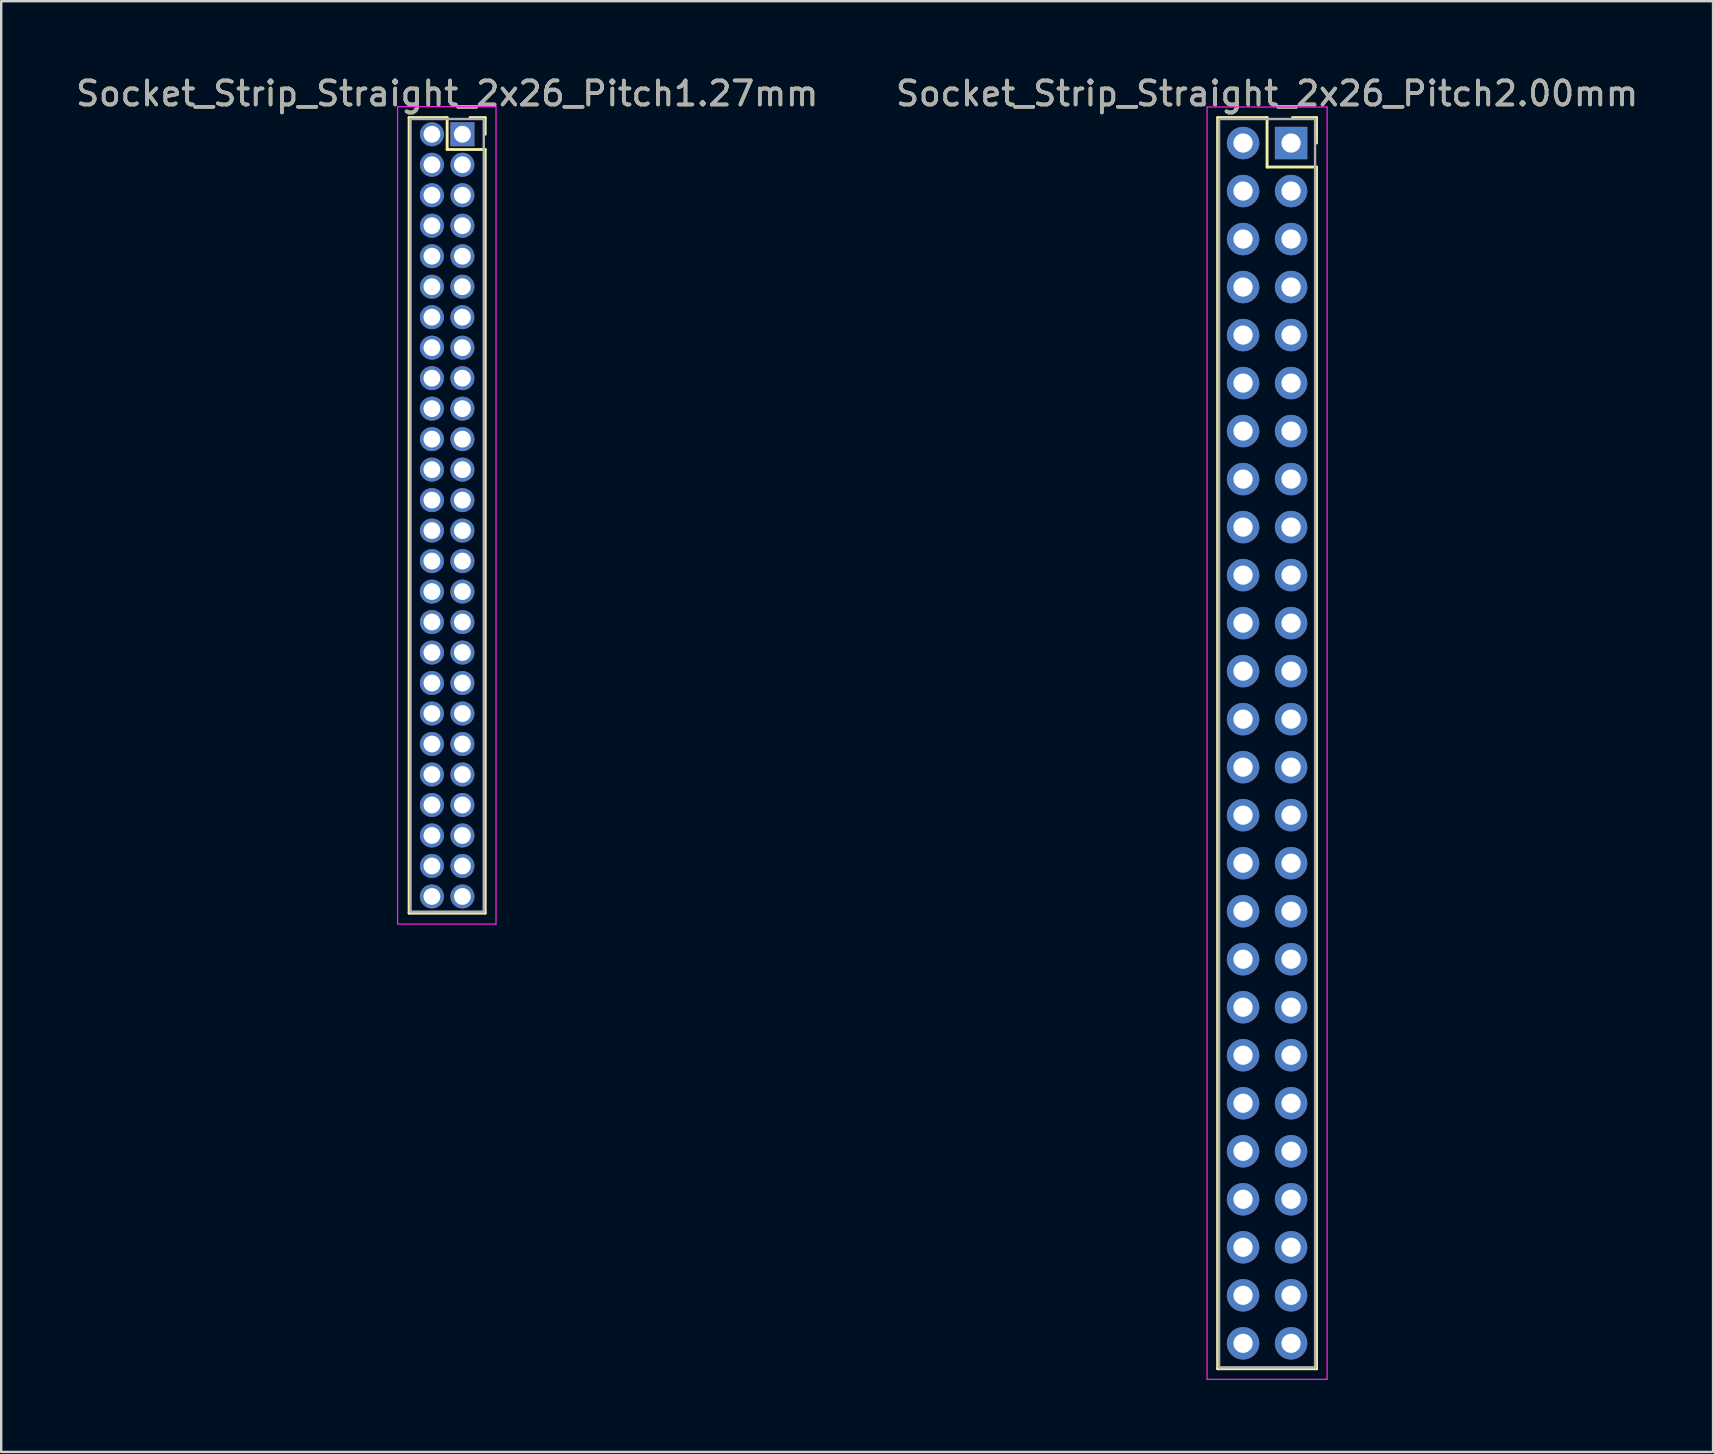
<source format=kicad_pcb>
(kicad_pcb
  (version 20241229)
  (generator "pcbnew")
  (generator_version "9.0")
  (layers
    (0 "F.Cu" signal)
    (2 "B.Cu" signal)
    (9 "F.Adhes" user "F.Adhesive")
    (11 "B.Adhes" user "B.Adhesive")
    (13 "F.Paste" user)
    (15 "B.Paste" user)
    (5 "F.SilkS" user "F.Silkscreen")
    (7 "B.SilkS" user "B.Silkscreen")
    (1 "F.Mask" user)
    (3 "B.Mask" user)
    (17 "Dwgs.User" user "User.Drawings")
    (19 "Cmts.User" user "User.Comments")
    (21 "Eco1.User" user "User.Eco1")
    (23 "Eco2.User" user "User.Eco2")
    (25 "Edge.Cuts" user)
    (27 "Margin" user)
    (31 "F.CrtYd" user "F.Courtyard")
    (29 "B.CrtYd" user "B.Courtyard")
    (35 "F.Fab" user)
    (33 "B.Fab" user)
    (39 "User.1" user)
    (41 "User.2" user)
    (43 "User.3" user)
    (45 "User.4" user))
  (footprint "Socket_Strip_Straight_2x26_Pitch2.00mm"
    (layer "F.Cu")
    (at 50.732 2.908)
    (property "Reference" "Socket_Strip_Straight_2x26_Pitch2.00mm" (at -1 -2.06 0) (layer "F.SilkS") (effects (font (size 1 1) (thickness 0.15))))
    (attr through_hole)
    (fp_line (start -3.06 -1.06) (end -1 -1.06) (stroke (width 0.12) (type solid)) (layer "F.SilkS"))
    (fp_line (start -3.06 51.06) (end -3.06 -1.06) (stroke (width 0.12) (type solid)) (layer "F.SilkS"))
    (fp_line (start -1 -1.06) (end -1 1) (stroke (width 0.12) (type solid)) (layer "F.SilkS"))
    (fp_line (start -1 1) (end 1.06 1) (stroke (width 0.12) (type solid)) (layer "F.SilkS"))
    (fp_line (start 1.06 -1.06) (end 0.06 -1.06) (stroke (width 0.12) (type solid)) (layer "F.SilkS"))
    (fp_line (start 1.06 0) (end 1.06 -1.06) (stroke (width 0.12) (type solid)) (layer "F.SilkS"))
    (fp_line (start 1.06 1) (end 1.06 51.06) (stroke (width 0.12) (type solid)) (layer "F.SilkS"))
    (fp_line (start 1.06 51.06) (end -3.06 51.06) (stroke (width 0.12) (type solid)) (layer "F.SilkS"))
    (fp_line (start -3.5 -1.5) (end -3.5 51.5) (stroke (width 0.05) (type solid)) (layer "F.CrtYd"))
    (fp_line (start -3.5 51.5) (end 1.5 51.5) (stroke (width 0.05) (type solid)) (layer "F.CrtYd"))
    (fp_line (start 1.5 -1.5) (end -3.5 -1.5) (stroke (width 0.05) (type solid)) (layer "F.CrtYd"))
    (fp_line (start 1.5 51.5) (end 1.5 -1.5) (stroke (width 0.05) (type solid)) (layer "F.CrtYd"))
    (fp_line (start -3 -1) (end -3 51) (stroke (width 0.1) (type solid)) (layer "F.Fab"))
    (fp_line (start -3 51) (end 1 51) (stroke (width 0.1) (type solid)) (layer "F.Fab"))
    (fp_line (start 1 -1) (end -3 -1) (stroke (width 0.1) (type solid)) (layer "F.Fab"))
    (fp_line (start 1 51) (end 1 -1) (stroke (width 0.1) (type solid)) (layer "F.Fab"))
    (fp_text user "${REFERENCE}" (at -1 -2.06 0) (layer "F.Fab") (effects (font (size 1 1) (thickness 0.15))))
    (pad "1" thru_hole rect (at 0 0) (size 1.35 1.35) (drill 0.8) (layers "*.Cu" "*.Mask"))
    (pad "2" thru_hole oval (at -2 0) (size 1.35 1.35) (drill 0.8) (layers "*.Cu" "*.Mask"))
    (pad "3" thru_hole oval (at 0 2) (size 1.35 1.35) (drill 0.8) (layers "*.Cu" "*.Mask"))
    (pad "4" thru_hole oval (at -2 2) (size 1.35 1.35) (drill 0.8) (layers "*.Cu" "*.Mask"))
    (pad "5" thru_hole oval (at 0 4) (size 1.35 1.35) (drill 0.8) (layers "*.Cu" "*.Mask"))
    (pad "6" thru_hole oval (at -2 4) (size 1.35 1.35) (drill 0.8) (layers "*.Cu" "*.Mask"))
    (pad "7" thru_hole oval (at 0 6) (size 1.35 1.35) (drill 0.8) (layers "*.Cu" "*.Mask"))
    (pad "8" thru_hole oval (at -2 6) (size 1.35 1.35) (drill 0.8) (layers "*.Cu" "*.Mask"))
    (pad "9" thru_hole oval (at 0 8) (size 1.35 1.35) (drill 0.8) (layers "*.Cu" "*.Mask"))
    (pad "10" thru_hole oval (at -2 8) (size 1.35 1.35) (drill 0.8) (layers "*.Cu" "*.Mask"))
    (pad "11" thru_hole oval (at 0 10) (size 1.35 1.35) (drill 0.8) (layers "*.Cu" "*.Mask"))
    (pad "12" thru_hole oval (at -2 10) (size 1.35 1.35) (drill 0.8) (layers "*.Cu" "*.Mask"))
    (pad "13" thru_hole oval (at 0 12) (size 1.35 1.35) (drill 0.8) (layers "*.Cu" "*.Mask"))
    (pad "14" thru_hole oval (at -2 12) (size 1.35 1.35) (drill 0.8) (layers "*.Cu" "*.Mask"))
    (pad "15" thru_hole oval (at 0 14) (size 1.35 1.35) (drill 0.8) (layers "*.Cu" "*.Mask"))
    (pad "16" thru_hole oval (at -2 14) (size 1.35 1.35) (drill 0.8) (layers "*.Cu" "*.Mask"))
    (pad "17" thru_hole oval (at 0 16) (size 1.35 1.35) (drill 0.8) (layers "*.Cu" "*.Mask"))
    (pad "18" thru_hole oval (at -2 16) (size 1.35 1.35) (drill 0.8) (layers "*.Cu" "*.Mask"))
    (pad "19" thru_hole oval (at 0 18) (size 1.35 1.35) (drill 0.8) (layers "*.Cu" "*.Mask"))
    (pad "20" thru_hole oval (at -2 18) (size 1.35 1.35) (drill 0.8) (layers "*.Cu" "*.Mask"))
    (pad "21" thru_hole oval (at 0 20) (size 1.35 1.35) (drill 0.8) (layers "*.Cu" "*.Mask"))
    (pad "22" thru_hole oval (at -2 20) (size 1.35 1.35) (drill 0.8) (layers "*.Cu" "*.Mask"))
    (pad "23" thru_hole oval (at 0 22) (size 1.35 1.35) (drill 0.8) (layers "*.Cu" "*.Mask"))
    (pad "24" thru_hole oval (at -2 22) (size 1.35 1.35) (drill 0.8) (layers "*.Cu" "*.Mask"))
    (pad "25" thru_hole oval (at 0 24) (size 1.35 1.35) (drill 0.8) (layers "*.Cu" "*.Mask"))
    (pad "26" thru_hole oval (at -2 24) (size 1.35 1.35) (drill 0.8) (layers "*.Cu" "*.Mask"))
    (pad "27" thru_hole oval (at 0 26) (size 1.35 1.35) (drill 0.8) (layers "*.Cu" "*.Mask"))
    (pad "28" thru_hole oval (at -2 26) (size 1.35 1.35) (drill 0.8) (layers "*.Cu" "*.Mask"))
    (pad "29" thru_hole oval (at 0 28) (size 1.35 1.35) (drill 0.8) (layers "*.Cu" "*.Mask"))
    (pad "30" thru_hole oval (at -2 28) (size 1.35 1.35) (drill 0.8) (layers "*.Cu" "*.Mask"))
    (pad "31" thru_hole oval (at 0 30) (size 1.35 1.35) (drill 0.8) (layers "*.Cu" "*.Mask"))
    (pad "32" thru_hole oval (at -2 30) (size 1.35 1.35) (drill 0.8) (layers "*.Cu" "*.Mask"))
    (pad "33" thru_hole oval (at 0 32) (size 1.35 1.35) (drill 0.8) (layers "*.Cu" "*.Mask"))
    (pad "34" thru_hole oval (at -2 32) (size 1.35 1.35) (drill 0.8) (layers "*.Cu" "*.Mask"))
    (pad "35" thru_hole oval (at 0 34) (size 1.35 1.35) (drill 0.8) (layers "*.Cu" "*.Mask"))
    (pad "36" thru_hole oval (at -2 34) (size 1.35 1.35) (drill 0.8) (layers "*.Cu" "*.Mask"))
    (pad "37" thru_hole oval (at 0 36) (size 1.35 1.35) (drill 0.8) (layers "*.Cu" "*.Mask"))
    (pad "38" thru_hole oval (at -2 36) (size 1.35 1.35) (drill 0.8) (layers "*.Cu" "*.Mask"))
    (pad "39" thru_hole oval (at 0 38) (size 1.35 1.35) (drill 0.8) (layers "*.Cu" "*.Mask"))
    (pad "40" thru_hole oval (at -2 38) (size 1.35 1.35) (drill 0.8) (layers "*.Cu" "*.Mask"))
    (pad "41" thru_hole oval (at 0 40) (size 1.35 1.35) (drill 0.8) (layers "*.Cu" "*.Mask"))
    (pad "42" thru_hole oval (at -2 40) (size 1.35 1.35) (drill 0.8) (layers "*.Cu" "*.Mask"))
    (pad "43" thru_hole oval (at 0 42) (size 1.35 1.35) (drill 0.8) (layers "*.Cu" "*.Mask"))
    (pad "44" thru_hole oval (at -2 42) (size 1.35 1.35) (drill 0.8) (layers "*.Cu" "*.Mask"))
    (pad "45" thru_hole oval (at 0 44) (size 1.35 1.35) (drill 0.8) (layers "*.Cu" "*.Mask"))
    (pad "46" thru_hole oval (at -2 44) (size 1.35 1.35) (drill 0.8) (layers "*.Cu" "*.Mask"))
    (pad "47" thru_hole oval (at 0 46) (size 1.35 1.35) (drill 0.8) (layers "*.Cu" "*.Mask"))
    (pad "48" thru_hole oval (at -2 46) (size 1.35 1.35) (drill 0.8) (layers "*.Cu" "*.Mask"))
    (pad "49" thru_hole oval (at 0 48) (size 1.35 1.35) (drill 0.8) (layers "*.Cu" "*.Mask"))
    (pad "50" thru_hole oval (at -2 48) (size 1.35 1.35) (drill 0.8) (layers "*.Cu" "*.Mask"))
    (pad "51" thru_hole oval (at 0 50) (size 1.35 1.35) (drill 0.8) (layers "*.Cu" "*.Mask"))
    (pad "52" thru_hole oval (at -2 50) (size 1.35 1.35) (drill 0.8) (layers "*.Cu" "*.Mask")))
  (footprint "Socket_Strip_Straight_2x26_Pitch1.27mm"
    (layer "F.Cu")
    (at 16.212 2.543)
    (property "Reference" "Socket_Strip_Straight_2x26_Pitch1.27mm" (at -0.635 -1.695 0) (layer "F.SilkS") (effects (font (size 1 1) (thickness 0.15))))
    (attr through_hole)
    (fp_line (start -2.22 -0.695) (end -0.635 -0.695) (stroke (width 0.12) (type solid)) (layer "F.SilkS"))
    (fp_line (start -2.22 32.445) (end -2.22 -0.695) (stroke (width 0.12) (type solid)) (layer "F.SilkS"))
    (fp_line (start -0.635 -0.695) (end -0.635 0.635) (stroke (width 0.12) (type solid)) (layer "F.SilkS"))
    (fp_line (start -0.635 0.635) (end 0.95 0.635) (stroke (width 0.12) (type solid)) (layer "F.SilkS"))
    (fp_line (start 0.95 -0.695) (end 0.315 -0.695) (stroke (width 0.12) (type solid)) (layer "F.SilkS"))
    (fp_line (start 0.95 0) (end 0.95 -0.695) (stroke (width 0.12) (type solid)) (layer "F.SilkS"))
    (fp_line (start 0.95 0.635) (end 0.95 32.445) (stroke (width 0.12) (type solid)) (layer "F.SilkS"))
    (fp_line (start 0.95 32.445) (end -2.22 32.445) (stroke (width 0.12) (type solid)) (layer "F.SilkS"))
    (fp_line (start -2.7 -1.15) (end -2.7 32.9) (stroke (width 0.05) (type solid)) (layer "F.CrtYd"))
    (fp_line (start -2.7 32.9) (end 1.4 32.9) (stroke (width 0.05) (type solid)) (layer "F.CrtYd"))
    (fp_line (start 1.4 -1.15) (end -2.7 -1.15) (stroke (width 0.05) (type solid)) (layer "F.CrtYd"))
    (fp_line (start 1.4 32.9) (end 1.4 -1.15) (stroke (width 0.05) (type solid)) (layer "F.CrtYd"))
    (fp_line (start -2.16 -0.635) (end -2.16 32.385) (stroke (width 0.1) (type solid)) (layer "F.Fab"))
    (fp_line (start -2.16 32.385) (end 0.89 32.385) (stroke (width 0.1) (type solid)) (layer "F.Fab"))
    (fp_line (start 0.89 -0.635) (end -2.16 -0.635) (stroke (width 0.1) (type solid)) (layer "F.Fab"))
    (fp_line (start 0.89 32.385) (end 0.89 -0.635) (stroke (width 0.1) (type solid)) (layer "F.Fab"))
    (fp_text user "${REFERENCE}" (at -0.635 -1.695 0) (layer "F.Fab") (effects (font (size 1 1) (thickness 0.15))))
    (pad "1" thru_hole rect (at 0 0) (size 1 1) (drill 0.7) (layers "*.Cu" "*.Mask"))
    (pad "2" thru_hole oval (at -1.27 0) (size 1 1) (drill 0.7) (layers "*.Cu" "*.Mask"))
    (pad "3" thru_hole oval (at 0 1.27) (size 1 1) (drill 0.7) (layers "*.Cu" "*.Mask"))
    (pad "4" thru_hole oval (at -1.27 1.27) (size 1 1) (drill 0.7) (layers "*.Cu" "*.Mask"))
    (pad "5" thru_hole oval (at 0 2.54) (size 1 1) (drill 0.7) (layers "*.Cu" "*.Mask"))
    (pad "6" thru_hole oval (at -1.27 2.54) (size 1 1) (drill 0.7) (layers "*.Cu" "*.Mask"))
    (pad "7" thru_hole oval (at 0 3.81) (size 1 1) (drill 0.7) (layers "*.Cu" "*.Mask"))
    (pad "8" thru_hole oval (at -1.27 3.81) (size 1 1) (drill 0.7) (layers "*.Cu" "*.Mask"))
    (pad "9" thru_hole oval (at 0 5.08) (size 1 1) (drill 0.7) (layers "*.Cu" "*.Mask"))
    (pad "10" thru_hole oval (at -1.27 5.08) (size 1 1) (drill 0.7) (layers "*.Cu" "*.Mask"))
    (pad "11" thru_hole oval (at 0 6.35) (size 1 1) (drill 0.7) (layers "*.Cu" "*.Mask"))
    (pad "12" thru_hole oval (at -1.27 6.35) (size 1 1) (drill 0.7) (layers "*.Cu" "*.Mask"))
    (pad "13" thru_hole oval (at 0 7.62) (size 1 1) (drill 0.7) (layers "*.Cu" "*.Mask"))
    (pad "14" thru_hole oval (at -1.27 7.62) (size 1 1) (drill 0.7) (layers "*.Cu" "*.Mask"))
    (pad "15" thru_hole oval (at 0 8.89) (size 1 1) (drill 0.7) (layers "*.Cu" "*.Mask"))
    (pad "16" thru_hole oval (at -1.27 8.89) (size 1 1) (drill 0.7) (layers "*.Cu" "*.Mask"))
    (pad "17" thru_hole oval (at 0 10.16) (size 1 1) (drill 0.7) (layers "*.Cu" "*.Mask"))
    (pad "18" thru_hole oval (at -1.27 10.16) (size 1 1) (drill 0.7) (layers "*.Cu" "*.Mask"))
    (pad "19" thru_hole oval (at 0 11.43) (size 1 1) (drill 0.7) (layers "*.Cu" "*.Mask"))
    (pad "20" thru_hole oval (at -1.27 11.43) (size 1 1) (drill 0.7) (layers "*.Cu" "*.Mask"))
    (pad "21" thru_hole oval (at 0 12.7) (size 1 1) (drill 0.7) (layers "*.Cu" "*.Mask"))
    (pad "22" thru_hole oval (at -1.27 12.7) (size 1 1) (drill 0.7) (layers "*.Cu" "*.Mask"))
    (pad "23" thru_hole oval (at 0 13.97) (size 1 1) (drill 0.7) (layers "*.Cu" "*.Mask"))
    (pad "24" thru_hole oval (at -1.27 13.97) (size 1 1) (drill 0.7) (layers "*.Cu" "*.Mask"))
    (pad "25" thru_hole oval (at 0 15.24) (size 1 1) (drill 0.7) (layers "*.Cu" "*.Mask"))
    (pad "26" thru_hole oval (at -1.27 15.24) (size 1 1) (drill 0.7) (layers "*.Cu" "*.Mask"))
    (pad "27" thru_hole oval (at 0 16.51) (size 1 1) (drill 0.7) (layers "*.Cu" "*.Mask"))
    (pad "28" thru_hole oval (at -1.27 16.51) (size 1 1) (drill 0.7) (layers "*.Cu" "*.Mask"))
    (pad "29" thru_hole oval (at 0 17.78) (size 1 1) (drill 0.7) (layers "*.Cu" "*.Mask"))
    (pad "30" thru_hole oval (at -1.27 17.78) (size 1 1) (drill 0.7) (layers "*.Cu" "*.Mask"))
    (pad "31" thru_hole oval (at 0 19.05) (size 1 1) (drill 0.7) (layers "*.Cu" "*.Mask"))
    (pad "32" thru_hole oval (at -1.27 19.05) (size 1 1) (drill 0.7) (layers "*.Cu" "*.Mask"))
    (pad "33" thru_hole oval (at 0 20.32) (size 1 1) (drill 0.7) (layers "*.Cu" "*.Mask"))
    (pad "34" thru_hole oval (at -1.27 20.32) (size 1 1) (drill 0.7) (layers "*.Cu" "*.Mask"))
    (pad "35" thru_hole oval (at 0 21.59) (size 1 1) (drill 0.7) (layers "*.Cu" "*.Mask"))
    (pad "36" thru_hole oval (at -1.27 21.59) (size 1 1) (drill 0.7) (layers "*.Cu" "*.Mask"))
    (pad "37" thru_hole oval (at 0 22.86) (size 1 1) (drill 0.7) (layers "*.Cu" "*.Mask"))
    (pad "38" thru_hole oval (at -1.27 22.86) (size 1 1) (drill 0.7) (layers "*.Cu" "*.Mask"))
    (pad "39" thru_hole oval (at 0 24.13) (size 1 1) (drill 0.7) (layers "*.Cu" "*.Mask"))
    (pad "40" thru_hole oval (at -1.27 24.13) (size 1 1) (drill 0.7) (layers "*.Cu" "*.Mask"))
    (pad "41" thru_hole oval (at 0 25.4) (size 1 1) (drill 0.7) (layers "*.Cu" "*.Mask"))
    (pad "42" thru_hole oval (at -1.27 25.4) (size 1 1) (drill 0.7) (layers "*.Cu" "*.Mask"))
    (pad "43" thru_hole oval (at 0 26.67) (size 1 1) (drill 0.7) (layers "*.Cu" "*.Mask"))
    (pad "44" thru_hole oval (at -1.27 26.67) (size 1 1) (drill 0.7) (layers "*.Cu" "*.Mask"))
    (pad "45" thru_hole oval (at 0 27.94) (size 1 1) (drill 0.7) (layers "*.Cu" "*.Mask"))
    (pad "46" thru_hole oval (at -1.27 27.94) (size 1 1) (drill 0.7) (layers "*.Cu" "*.Mask"))
    (pad "47" thru_hole oval (at 0 29.21) (size 1 1) (drill 0.7) (layers "*.Cu" "*.Mask"))
    (pad "48" thru_hole oval (at -1.27 29.21) (size 1 1) (drill 0.7) (layers "*.Cu" "*.Mask"))
    (pad "49" thru_hole oval (at 0 30.48) (size 1 1) (drill 0.7) (layers "*.Cu" "*.Mask"))
    (pad "50" thru_hole oval (at -1.27 30.48) (size 1 1) (drill 0.7) (layers "*.Cu" "*.Mask"))
    (pad "51" thru_hole oval (at 0 31.75) (size 1 1) (drill 0.7) (layers "*.Cu" "*.Mask"))
    (pad "52" thru_hole oval (at -1.27 31.75) (size 1 1) (drill 0.7) (layers "*.Cu" "*.Mask")))
  (gr_rect
    (start -3 -3)
    (end 68.31 57.433)
    (stroke (width 0.1) (type default))
    (fill no)
    (layer "Edge.Cuts")))
</source>
